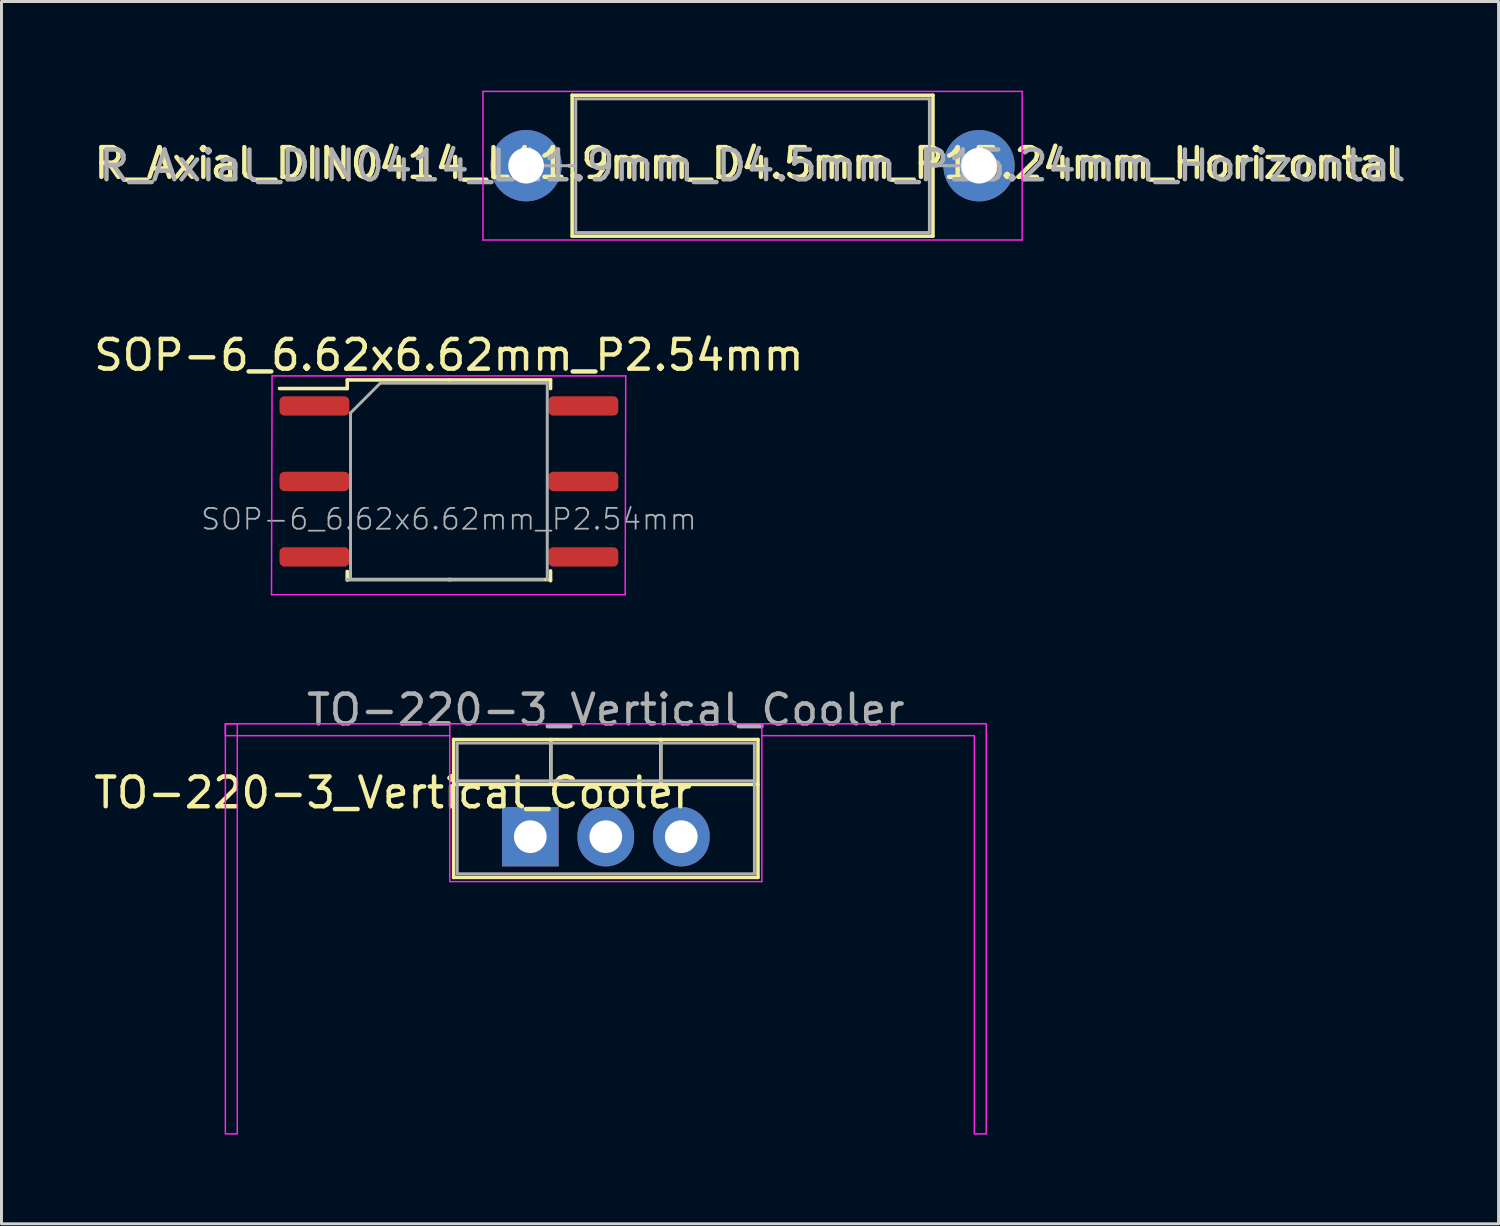
<source format=kicad_pcb>
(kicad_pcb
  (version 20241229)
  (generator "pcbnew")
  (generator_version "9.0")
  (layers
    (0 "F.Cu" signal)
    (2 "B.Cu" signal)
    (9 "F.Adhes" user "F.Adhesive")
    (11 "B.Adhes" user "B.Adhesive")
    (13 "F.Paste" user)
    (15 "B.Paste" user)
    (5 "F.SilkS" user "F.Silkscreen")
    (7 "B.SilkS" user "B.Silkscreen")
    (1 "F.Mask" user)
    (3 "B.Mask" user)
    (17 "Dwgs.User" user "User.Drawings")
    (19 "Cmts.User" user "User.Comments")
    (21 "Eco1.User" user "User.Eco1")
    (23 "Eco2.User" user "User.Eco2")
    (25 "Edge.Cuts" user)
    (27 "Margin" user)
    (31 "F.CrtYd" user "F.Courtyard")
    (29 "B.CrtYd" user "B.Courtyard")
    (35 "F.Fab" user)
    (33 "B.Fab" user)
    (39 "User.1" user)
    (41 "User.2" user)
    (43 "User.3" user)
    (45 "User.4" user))
  (footprint "TO-220-3_Vertical_Cooler"
    (placed yes)
    (layer "F.Cu")
    (at 14.793 25.102)
    (property "Reference" "TO-220-3_Vertical_Cooler" (at -4.62 -1.48 180) (layer "F.SilkS") (effects (font (size 1 1) (thickness 0.15))))
    (attr through_hole)
    (fp_line (start -2.58 -3.27) (end -2.58 1.371) (stroke (width 0.12) (type solid)) (layer "F.SilkS"))
    (fp_line (start -2.58 -3.27) (end 7.66 -3.27) (stroke (width 0.12) (type solid)) (layer "F.SilkS"))
    (fp_line (start -2.58 -1.76) (end 7.66 -1.76) (stroke (width 0.12) (type solid)) (layer "F.SilkS"))
    (fp_line (start -2.58 1.371) (end 7.66 1.371) (stroke (width 0.12) (type solid)) (layer "F.SilkS"))
    (fp_line (start 0.69 -3.27) (end 0.69 -1.76) (stroke (width 0.12) (type solid)) (layer "F.SilkS"))
    (fp_line (start 4.391 -3.27) (end 4.391 -1.76) (stroke (width 0.12) (type solid)) (layer "F.SilkS"))
    (fp_line (start 7.66 -3.27) (end 7.66 1.371) (stroke (width 0.12) (type solid)) (layer "F.SilkS"))
    (fp_line (start -2.71 -3.4) (end -2.71 1.51) (stroke (width 0.05) (type solid)) (layer "F.CrtYd"))
    (fp_line (start -2.71 1.51) (end 7.79 1.51) (stroke (width 0.05) (type solid)) (layer "F.CrtYd"))
    (fp_line (start 7.79 -3.8) (end -2.71 -3.8) (stroke (width 0.05) (type solid)) (layer "F.CrtYd"))
    (fp_line (start 7.79 1.51) (end 7.79 -3.4) (stroke (width 0.05) (type solid)) (layer "F.CrtYd"))
    (fp_poly (pts (xy -10.26 -3.4) (xy -10.26 10) (xy -9.86 10) (xy -9.86 -3.8) (xy -10.26 -3.8)) (stroke (width 0.05) (type solid)) (fill no) (layer "F.CrtYd"))
    (fp_poly (pts (xy -10.26 -3.4) (xy -3.11 -3.4) (xy -2.71 -3.4) (xy -2.71 -3.8) (xy -10.26 -3.8)) (stroke (width 0.05) (type solid)) (fill no) (layer "F.CrtYd"))
    (fp_poly (pts (xy 7.79 -3.4) (xy 14.94 -3.4) (xy 14.94 10) (xy 15.34 10) (xy 15.34 -3.8) (xy 7.79 -3.8)) (stroke (width 0.05) (type solid)) (fill no) (layer "F.CrtYd"))
    (fp_line (start -2.46 -3.15) (end -2.46 1.25) (stroke (width 0.1) (type solid)) (layer "F.Fab"))
    (fp_line (start -2.46 -1.88) (end 7.54 -1.88) (stroke (width 0.1) (type solid)) (layer "F.Fab"))
    (fp_line (start -2.46 1.25) (end 7.54 1.25) (stroke (width 0.1) (type solid)) (layer "F.Fab"))
    (fp_line (start 0.69 -3.15) (end 0.69 -1.88) (stroke (width 0.1) (type solid)) (layer "F.Fab"))
    (fp_line (start 4.39 -3.15) (end 4.39 -1.88) (stroke (width 0.1) (type solid)) (layer "F.Fab"))
    (fp_line (start 7.54 -3.15) (end -2.46 -3.15) (stroke (width 0.1) (type solid)) (layer "F.Fab"))
    (fp_line (start 7.54 1.25) (end 7.54 -3.15) (stroke (width 0.1) (type solid)) (layer "F.Fab"))
    (fp_text user "${REFERENCE}" (at 2.54 -4.27 180) (layer "F.Fab") (effects (font (size 1 1) (thickness 0.15))))
    (pad "1" thru_hole rect (at 0 0) (size 1.905 2) (drill 1.1) (layers "*.Cu" "*.Mask") (remove_unused_layers yes) (keep_end_layers yes) (zone_layer_connections))
    (pad "2" thru_hole oval (at 2.54 0) (size 1.905 2) (drill 1.1) (layers "*.Cu" "*.Mask") (remove_unused_layers yes) (keep_end_layers yes) (zone_layer_connections))
    (pad "3" thru_hole oval (at 5.08 0) (size 1.905 2) (drill 1.1) (layers "*.Cu" "*.Mask") (remove_unused_layers yes) (keep_end_layers yes) (zone_layer_connections)))
  (footprint "SOP-6_6.62x6.62mm_P2.54mm"
    (layer "F.Cu")
    (at 12.054 14.418)
    (property "Reference" "SOP-6_6.62x6.62mm_P2.54mm" (at 0 -5.52 180) (layer "F.SilkS") (effects (font (size 1 1) (thickness 0.15))))
    (attr smd)
    (fp_line (start -3.42 -4.685) (end -3.42 -4.395) (stroke (width 0.12) (type solid)) (layer "F.SilkS"))
    (fp_line (start -3.42 -4.395) (end -5.7 -4.395) (stroke (width 0.12) (type solid)) (layer "F.SilkS"))
    (fp_line (start -3.42 2.05) (end -3.42 1.76) (stroke (width 0.12) (type solid)) (layer "F.SilkS"))
    (fp_line (start 0 -4.685) (end -3.42 -4.685) (stroke (width 0.12) (type solid)) (layer "F.SilkS"))
    (fp_line (start 0 -4.685) (end 3.42 -4.685) (stroke (width 0.12) (type solid)) (layer "F.SilkS"))
    (fp_line (start 0 2.032) (end 3.42 2.032) (stroke (width 0.12) (type solid)) (layer "F.SilkS"))
    (fp_line (start 0.059 2.032) (end -3.361 2.032) (stroke (width 0.12) (type solid)) (layer "F.SilkS"))
    (fp_line (start 3.42 -4.685) (end 3.42 -4.395) (stroke (width 0.12) (type solid)) (layer "F.SilkS"))
    (fp_line (start 3.42 1.74) (end 3.42 2.071) (stroke (width 0.12) (type solid)) (layer "F.SilkS"))
    (fp_line (start -5.969 2.54) (end 5.931 2.54) (stroke (width 0.05) (type solid)) (layer "F.CrtYd"))
    (fp_line (start -5.95 -4.82) (end -5.969 2.54) (stroke (width 0.05) (type solid)) (layer "F.CrtYd"))
    (fp_line (start 5.931 2.54) (end 5.95 -4.82) (stroke (width 0.05) (type solid)) (layer "F.CrtYd"))
    (fp_line (start 5.95 -4.82) (end -5.95 -4.82) (stroke (width 0.05) (type solid)) (layer "F.CrtYd"))
    (fp_line (start -3.31 -3.575) (end -2.31 -4.575) (stroke (width 0.1) (type solid)) (layer "F.Fab"))
    (fp_line (start -3.31 2.032) (end -3.31 -3.575) (stroke (width 0.1) (type solid)) (layer "F.Fab"))
    (fp_line (start -2.31 -4.575) (end 3.31 -4.575) (stroke (width 0.1) (type solid)) (layer "F.Fab"))
    (fp_line (start 3.183 2.032) (end -3.437 2.032) (stroke (width 0.1) (type solid)) (layer "F.Fab"))
    (fp_line (start 3.31 -4.575) (end 3.31 2.032) (stroke (width 0.1) (type solid)) (layer "F.Fab"))
    (fp_text user "${REFERENCE}" (at 0 0 180) (layer "F.Fab") (effects (font (size 0.7 0.7) (thickness 0.06))))
    (pad "1" smd roundrect (at -4.525 -3.81) (size 2.35 0.65) (layers "F.Cu" "F.Mask" "F.Paste") (roundrect_rratio 0.25))
    (pad "2" smd roundrect (at -4.525 -1.27) (size 2.35 0.65) (layers "F.Cu" "F.Mask" "F.Paste") (roundrect_rratio 0.25))
    (pad "3" smd roundrect (at -4.525 1.27) (size 2.35 0.65) (layers "F.Cu" "F.Mask" "F.Paste") (roundrect_rratio 0.25))
    (pad "4" smd roundrect (at 4.525 1.27) (size 2.35 0.65) (layers "F.Cu" "F.Mask" "F.Paste") (roundrect_rratio 0.25))
    (pad "5" smd roundrect (at 4.525 -1.27) (size 2.35 0.65) (layers "F.Cu" "F.Mask" "F.Paste") (roundrect_rratio 0.25))
    (pad "6" smd roundrect (at 4.525 -3.81) (size 2.35 0.65) (layers "F.Cu" "F.Mask" "F.Paste") (roundrect_rratio 0.25)))
  (footprint "R_Axial_DIN0414_L11.9mm_D4.5mm_P15.24mm_Horizontal"
    (layer "F.Cu")
    (at 14.651 2.525)
    (property "Reference" "R_Axial_DIN0414_L11.9mm_D4.5mm_P15.24mm_Horizontal" (at 7.45 -0.08 0) (layer "F.SilkS") (effects (font (size 1 1) (thickness 0.15))))
    (attr through_hole)
    (fp_line (start 1.44 0) (end 1.55 0) (stroke (width 0.12) (type solid)) (layer "F.SilkS"))
    (fp_line (start 1.55 -2.37) (end 1.55 2.37) (stroke (width 0.12) (type solid)) (layer "F.SilkS"))
    (fp_line (start 1.55 2.37) (end 13.69 2.37) (stroke (width 0.12) (type solid)) (layer "F.SilkS"))
    (fp_line (start 13.69 -2.37) (end 1.55 -2.37) (stroke (width 0.12) (type solid)) (layer "F.SilkS"))
    (fp_line (start 13.69 2.37) (end 13.69 -2.37) (stroke (width 0.12) (type solid)) (layer "F.SilkS"))
    (fp_line (start 13.8 0) (end 13.69 0) (stroke (width 0.12) (type solid)) (layer "F.SilkS"))
    (fp_line (start -1.45 -2.5) (end -1.45 2.5) (stroke (width 0.05) (type solid)) (layer "F.CrtYd"))
    (fp_line (start -1.45 2.5) (end 16.69 2.5) (stroke (width 0.05) (type solid)) (layer "F.CrtYd"))
    (fp_line (start 16.69 -2.5) (end -1.45 -2.5) (stroke (width 0.05) (type solid)) (layer "F.CrtYd"))
    (fp_line (start 16.69 2.5) (end 16.69 -2.5) (stroke (width 0.05) (type solid)) (layer "F.CrtYd"))
    (fp_line (start 0 0) (end 1.67 0) (stroke (width 0.1) (type solid)) (layer "F.Fab"))
    (fp_line (start 1.67 -2.25) (end 1.67 2.25) (stroke (width 0.1) (type solid)) (layer "F.Fab"))
    (fp_line (start 1.67 2.25) (end 13.57 2.25) (stroke (width 0.1) (type solid)) (layer "F.Fab"))
    (fp_line (start 13.57 -2.25) (end 1.67 -2.25) (stroke (width 0.1) (type solid)) (layer "F.Fab"))
    (fp_line (start 13.57 2.25) (end 13.57 -2.25) (stroke (width 0.1) (type solid)) (layer "F.Fab"))
    (fp_line (start 15.24 0) (end 13.57 0) (stroke (width 0.1) (type solid)) (layer "F.Fab"))
    (fp_text user "${REFERENCE}" (at 7.62 0 0) (layer "F.Fab") (effects (font (size 1 1) (thickness 0.15))))
    (pad "1" thru_hole circle (at 0 0) (size 2.4 2.4) (drill 1.2) (layers "*.Cu" "*.Mask"))
    (pad "2" thru_hole oval (at 15.24 0) (size 2.4 2.4) (drill 1.2) (layers "*.Cu" "*.Mask")))
  (gr_rect
    (start -3 -3)
    (end 47.372 38.127)
    (stroke (width 0.1) (type default))
    (fill no)
    (layer "Edge.Cuts")))
</source>
